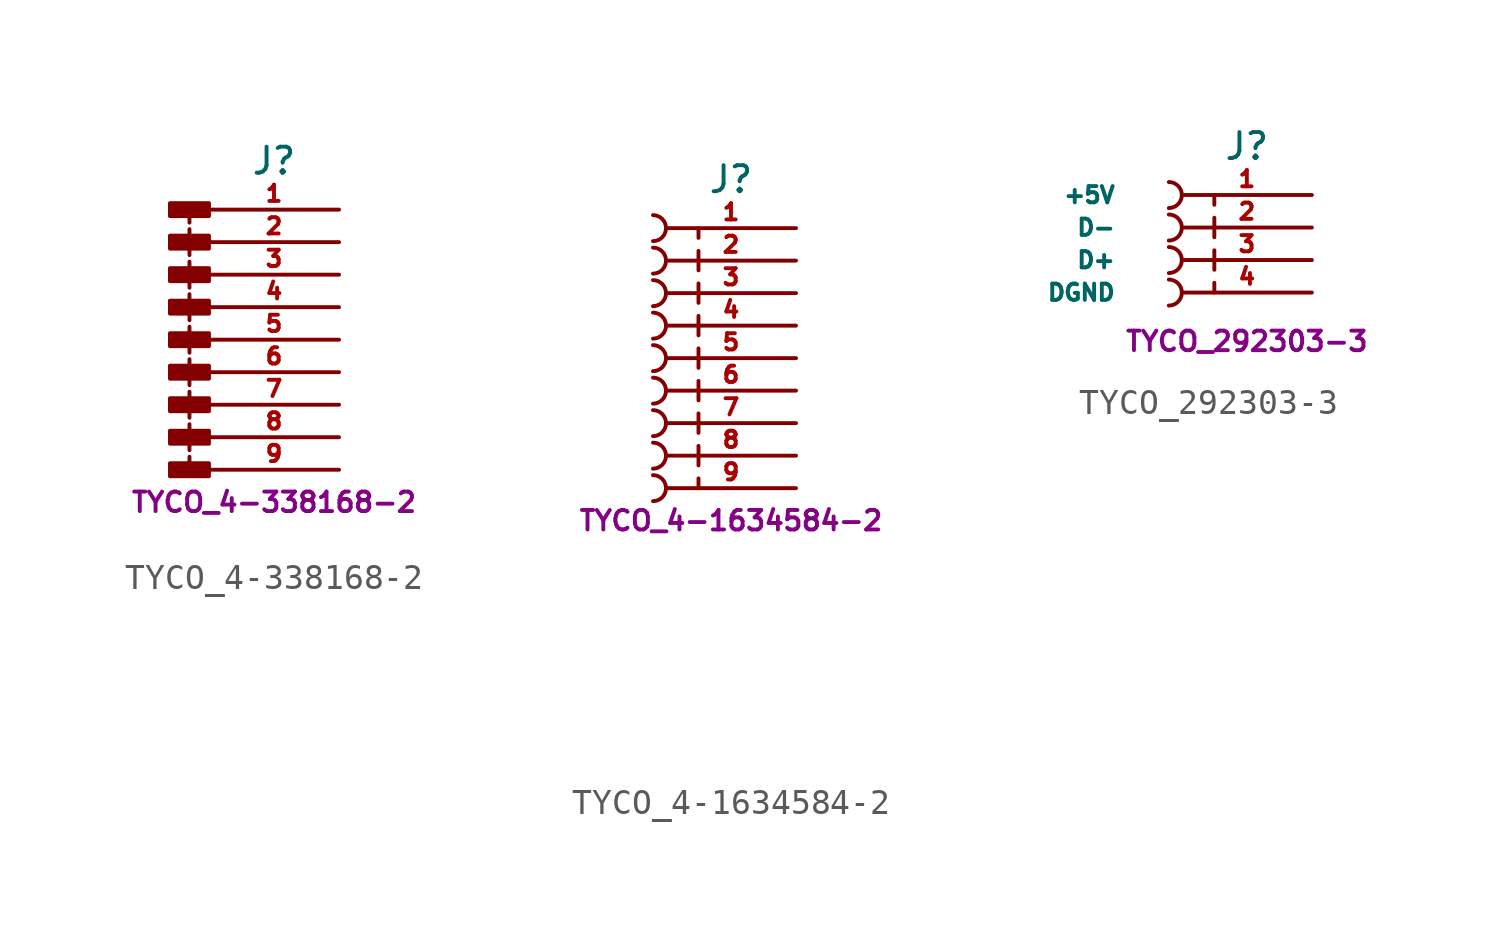
<source format=kicad_sym>
(kicad_symbol_lib
  (version 20211014)
  (generator kicad_symbol_editor)
  (symbol "TYCO_4-338168-2"
    (pin_names
      (offset 2.54))
    (property "Reference" "J"
      (at 0 6.985 0)
      (effects (font (size 1.016 1.016))))
    (property "Footprint" ""
      (at 0 -3.81 0)
      (effects (font (size 1.524 1.524))))
    (property "Datasheet" ""
      (at 0 -3.81 0)
      (effects (font (size 1.524 1.524))))
    (property "Unit" "TYCO_4-338168-2"
      (at 0 -6.35 0)
      (effects (font (size 0.762 0.762))))
    (symbol "TYCO_4-338168-2_0_1"
      (rectangle (start -2.54 -4.826) (end -4.064 -5.334) (stroke (width 0) (type default) (color 0 0 0 0)) (fill (type outline)))
      (rectangle (start -2.54 -3.556) (end -4.064 -4.064) (stroke (width 0) (type default) (color 0 0 0 0)) (fill (type outline)))
      (rectangle (start -2.54 -2.286) (end -4.064 -2.794) (stroke (width 0) (type default) (color 0 0 0 0)) (fill (type outline)))
      (rectangle (start -2.54 -1.016) (end -4.064 -1.524) (stroke (width 0) (type default) (color 0 0 0 0)) (fill (type outline)))
      (rectangle (start -2.54 0.254) (end -4.064 -0.254) (stroke (width 0) (type default) (color 0 0 0 0)) (fill (type outline)))
      (rectangle (start -2.54 1.524) (end -4.064 1.016) (stroke (width 0) (type default) (color 0 0 0 0)) (fill (type outline)))
      (rectangle (start -2.54 2.794) (end -4.064 2.286) (stroke (width 0) (type default) (color 0 0 0 0)) (fill (type outline)))
      (rectangle (start -2.54 4.064) (end -4.064 3.556) (stroke (width 0) (type default) (color 0 0 0 0)) (fill (type outline)))
      (rectangle (start -2.54 5.334) (end -4.064 4.826) (stroke (width 0) (type default) (color 0 0 0 0)) (fill (type outline)))
      (polyline (pts (xy -3.302 -4.572) (xy -3.302 -5.08)) (stroke (width 0) (type default) (color 0 0 0 0)) (fill (type none)))
      (polyline (pts (xy -3.302 -3.302) (xy -3.302 -4.318)) (stroke (width 0) (type default) (color 0 0 0 0)) (fill (type none)))
      (polyline (pts (xy -3.302 -2.032) (xy -3.302 -3.048)) (stroke (width 0) (type default) (color 0 0 0 0)) (fill (type none)))
      (polyline (pts (xy -3.302 -0.762) (xy -3.302 -1.778)) (stroke (width 0) (type default) (color 0 0 0 0)) (fill (type none)))
      (polyline (pts (xy -3.302 0.508) (xy -3.302 -0.508)) (stroke (width 0) (type default) (color 0 0 0 0)) (fill (type none)))
      (polyline (pts (xy -3.302 1.778) (xy -3.302 0.762)) (stroke (width 0) (type default) (color 0 0 0 0)) (fill (type none)))
      (polyline (pts (xy -3.302 3.048) (xy -3.302 2.032)) (stroke (width 0) (type default) (color 0 0 0 0)) (fill (type none)))
      (polyline (pts (xy -3.302 4.318) (xy -3.302 3.302)) (stroke (width 0) (type default) (color 0 0 0 0)) (fill (type none)))
      (polyline (pts (xy -3.302 5.08) (xy -3.302 4.572)) (stroke (width 0) (type default) (color 0 0 0 0)) (fill (type none))))
    (symbol "TYCO_4-338168-2_1_1"
      (pin passive line (at 2.54 5.08 180) (length 5.08) (name "~" (effects (font (size 0.635 0.635)))) (number "1" (effects (font (size 0.635 0.635)))))
      (pin passive line (at 2.54 3.81 180) (length 5.08) (name "~" (effects (font (size 0.635 0.635)))) (number "2" (effects (font (size 0.635 0.635)))))
      (pin passive line (at 2.54 2.54 180) (length 5.08) (name "~" (effects (font (size 0.635 0.635)))) (number "3" (effects (font (size 0.635 0.635)))))
      (pin passive line (at 2.54 1.27 180) (length 5.08) (name "~" (effects (font (size 0.635 0.635)))) (number "4" (effects (font (size 0.635 0.635)))))
      (pin passive line (at 2.54 0 180) (length 5.08) (name "~" (effects (font (size 0.635 0.635)))) (number "5" (effects (font (size 0.635 0.635)))))
      (pin passive line (at 2.54 -1.27 180) (length 5.08) (name "~" (effects (font (size 0.635 0.635)))) (number "6" (effects (font (size 0.635 0.635)))))
      (pin passive line (at 2.54 -2.54 180) (length 5.08) (name "~" (effects (font (size 0.635 0.635)))) (number "7" (effects (font (size 0.635 0.635)))))
      (pin passive line (at 2.54 -3.81 180) (length 5.08) (name "~" (effects (font (size 0.635 0.635)))) (number "8" (effects (font (size 0.635 0.635)))))
      (pin passive line (at 2.54 -5.08 180) (length 5.08) (name "~" (effects (font (size 0.635 0.635)))) (number "9" (effects (font (size 0.635 0.635)))))))
  (symbol "TYCO_4-1634584-2"
    (pin_names
      (offset 2.54))
    (property "Reference" "J"
      (at 0 6.985 0)
      (effects (font (size 1.016 1.016))))
    (property "Footprint" ""
      (at 0 -13.97 0)
      (effects (font (size 1.524 1.524))))
    (property "Datasheet" ""
      (at 0 -13.97 0)
      (effects (font (size 1.524 1.524))))
    (property "Unit" "TYCO_4-1634584-2"
      (at 0 -6.35 0)
      (effects (font (size 0.762 0.762))))
    (symbol "TYCO_4-1634584-2_0_1"
      (arc (start -3.048 -5.588) (mid -2.54 -5.08) (end -3.048 -4.572) (stroke (width 0) (type default) (color 0 0 0 0)) (fill (type none)))
      (arc (start -3.048 -4.318) (mid -2.54 -3.81) (end -3.048 -3.302) (stroke (width 0) (type default) (color 0 0 0 0)) (fill (type none)))
      (arc (start -3.048 -3.048) (mid -2.54 -2.54) (end -3.048 -2.032) (stroke (width 0) (type default) (color 0 0 0 0)) (fill (type none)))
      (arc (start -3.048 -1.778) (mid -2.54 -1.27) (end -3.048 -0.762) (stroke (width 0) (type default) (color 0 0 0 0)) (fill (type none)))
      (arc (start -3.048 -0.508) (mid -2.54 0) (end -3.048 0.508) (stroke (width 0) (type default) (color 0 0 0 0)) (fill (type none)))
      (arc (start -3.048 0.762) (mid -2.54 1.27) (end -3.048 1.778) (stroke (width 0) (type default) (color 0 0 0 0)) (fill (type none)))
      (arc (start -3.048 2.032) (mid -2.54 2.54) (end -3.048 3.048) (stroke (width 0) (type default) (color 0 0 0 0)) (fill (type none)))
      (arc (start -3.048 3.302) (mid -2.54 3.81) (end -3.048 4.318) (stroke (width 0) (type default) (color 0 0 0 0)) (fill (type none)))
      (arc (start -3.048 4.572) (mid -2.54 5.08) (end -3.048 5.588) (stroke (width 0) (type default) (color 0 0 0 0)) (fill (type none)))
      (polyline (pts (xy -1.27 -5.08) (xy -1.27 -4.699)) (stroke (width 0) (type default) (color 0 0 0 0)) (fill (type none)))
      (polyline (pts (xy -1.27 -4.191) (xy -1.27 -3.429)) (stroke (width 0) (type default) (color 0 0 0 0)) (fill (type none)))
      (polyline (pts (xy -1.27 -2.921) (xy -1.27 -2.159)) (stroke (width 0) (type default) (color 0 0 0 0)) (fill (type none)))
      (polyline (pts (xy -1.27 -1.651) (xy -1.27 -0.889)) (stroke (width 0) (type default) (color 0 0 0 0)) (fill (type none)))
      (polyline (pts (xy -1.27 -0.381) (xy -1.27 0.381)) (stroke (width 0) (type default) (color 0 0 0 0)) (fill (type none)))
      (polyline (pts (xy -1.27 0.889) (xy -1.27 1.651)) (stroke (width 0) (type default) (color 0 0 0 0)) (fill (type none)))
      (polyline (pts (xy -1.27 2.159) (xy -1.27 2.921)) (stroke (width 0) (type default) (color 0 0 0 0)) (fill (type none)))
      (polyline (pts (xy -1.27 3.429) (xy -1.27 4.191)) (stroke (width 0) (type default) (color 0 0 0 0)) (fill (type none)))
      (polyline (pts (xy -1.27 5.08) (xy -1.27 4.699)) (stroke (width 0) (type default) (color 0 0 0 0)) (fill (type none))))
    (symbol "TYCO_4-1634584-2_1_1"
      (pin passive line (at 2.54 5.08 180) (length 5.08) (name "~" (effects (font (size 0.635 0.635)))) (number "1" (effects (font (size 0.635 0.635)))))
      (pin passive line (at 2.54 3.81 180) (length 5.08) (name "~" (effects (font (size 0.635 0.635)))) (number "2" (effects (font (size 0.635 0.635)))))
      (pin passive line (at 2.54 2.54 180) (length 5.08) (name "~" (effects (font (size 0.635 0.635)))) (number "3" (effects (font (size 0.635 0.635)))))
      (pin passive line (at 2.54 1.27 180) (length 5.08) (name "~" (effects (font (size 0.635 0.635)))) (number "4" (effects (font (size 0.635 0.635)))))
      (pin passive line (at 2.54 0 180) (length 5.08) (name "~" (effects (font (size 0.635 0.635)))) (number "5" (effects (font (size 0.635 0.635)))))
      (pin passive line (at 2.54 -1.27 180) (length 5.08) (name "~" (effects (font (size 0.635 0.635)))) (number "6" (effects (font (size 0.635 0.635)))))
      (pin passive line (at 2.54 -2.54 180) (length 5.08) (name "~" (effects (font (size 0.635 0.635)))) (number "7" (effects (font (size 0.635 0.635)))))
      (pin passive line (at 2.54 -3.81 180) (length 5.08) (name "~" (effects (font (size 0.635 0.635)))) (number "8" (effects (font (size 0.635 0.635)))))
      (pin passive line (at 2.54 -5.08 180) (length 5.08) (name "~" (effects (font (size 0.635 0.635)))) (number "9" (effects (font (size 0.635 0.635)))))))
  (symbol "TYCO_292303-3"
    (pin_names
      (offset 2.54))
    (property "Reference" "J"
      (at 0 3.175 0)
      (effects (font (size 1.016 1.016))))
    (property "Footprint" ""
      (at 0 -1.27 0)
      (effects (font (size 1.524 1.524))))
    (property "Datasheet" ""
      (at 0 -1.27 0)
      (effects (font (size 1.524 1.524))))
    (property "Unit" "TYCO_292303-3"
      (at 0 -4.445 0)
      (effects (font (size 0.762 0.762))))
    (symbol "TYCO_292303-3_0_1"
      (arc (start -3.048 -3.048) (mid -2.54 -2.54) (end -3.048 -2.032) (stroke (width 0) (type default) (color 0 0 0 0)) (fill (type none)))
      (arc (start -3.048 -1.778) (mid -2.54 -1.27) (end -3.048 -0.762) (stroke (width 0) (type default) (color 0 0 0 0)) (fill (type none)))
      (arc (start -3.048 -0.508) (mid -2.54 0) (end -3.048 0.508) (stroke (width 0) (type default) (color 0 0 0 0)) (fill (type none)))
      (arc (start -3.048 0.762) (mid -2.54 1.27) (end -3.048 1.778) (stroke (width 0) (type default) (color 0 0 0 0)) (fill (type none)))
      (polyline (pts (xy -1.27 -2.54) (xy -1.27 -2.159)) (stroke (width 0) (type default) (color 0 0 0 0)) (fill (type none)))
      (polyline (pts (xy -1.27 -1.651) (xy -1.27 -0.889)) (stroke (width 0) (type default) (color 0 0 0 0)) (fill (type none)))
      (polyline (pts (xy -1.27 -0.381) (xy -1.27 0.381)) (stroke (width 0) (type default) (color 0 0 0 0)) (fill (type none)))
      (polyline (pts (xy -1.27 1.27) (xy -1.27 0.889)) (stroke (width 0) (type default) (color 0 0 0 0)) (fill (type none))))
    (symbol "TYCO_292303-3_1_1"
      (pin passive line (at 2.54 1.27 180) (length 5.08) (name "+5V" (effects (font (size 0.635 0.635)))) (number "1" (effects (font (size 0.635 0.635)))))
      (pin passive line (at 2.54 0 180) (length 5.08) (name "D-" (effects (font (size 0.635 0.635)))) (number "2" (effects (font (size 0.635 0.635)))))
      (pin passive line (at 2.54 -1.27 180) (length 5.08) (name "D+" (effects (font (size 0.635 0.635)))) (number "3" (effects (font (size 0.635 0.635)))))
      (pin passive line (at 2.54 -2.54 180) (length 5.08) (name "DGND" (effects (font (size 0.635 0.635)))) (number "4" (effects (font (size 0.635 0.635))))))))
</source>
